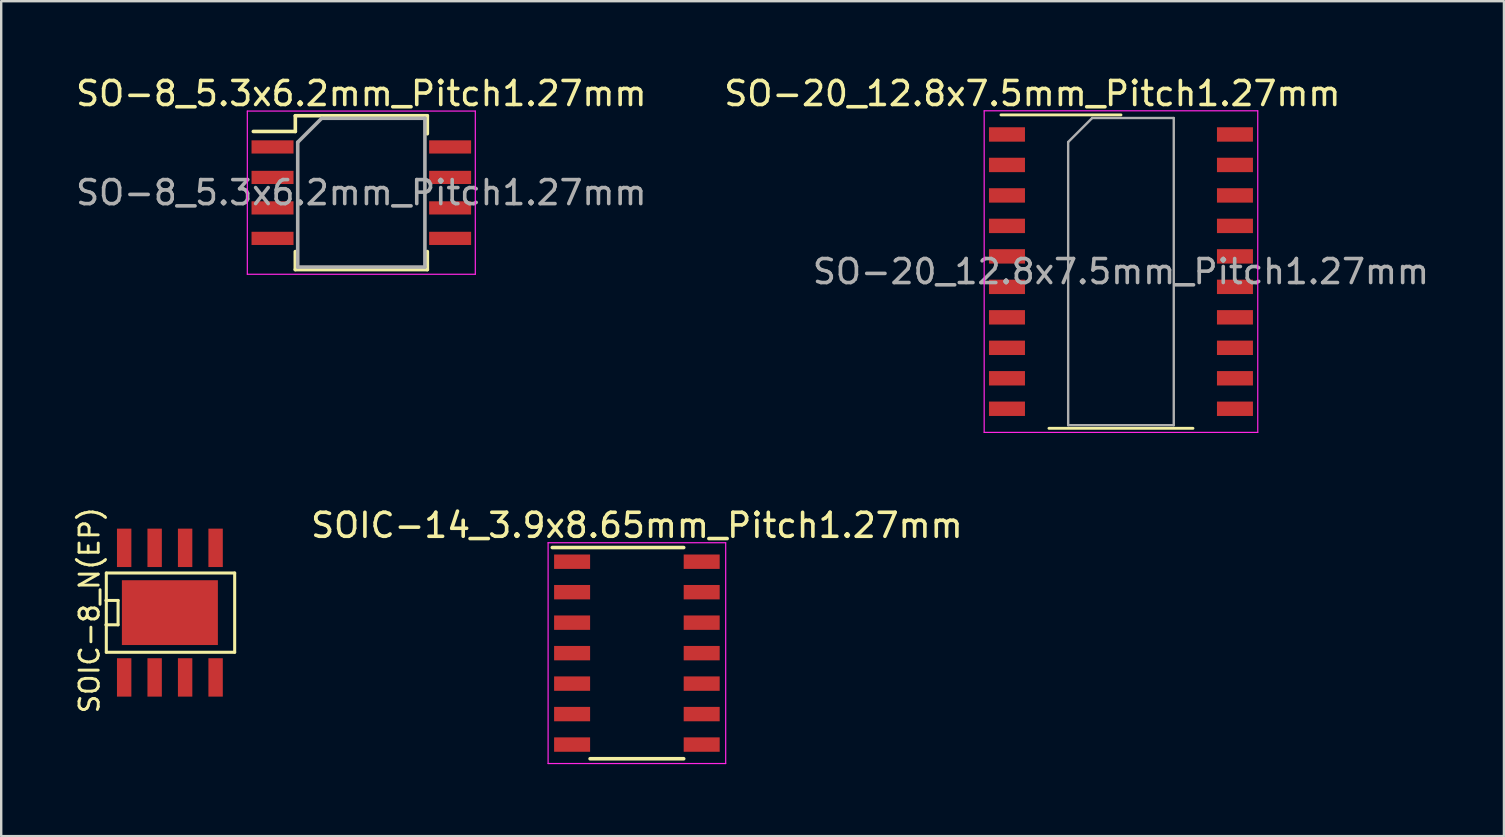
<source format=kicad_pcb>
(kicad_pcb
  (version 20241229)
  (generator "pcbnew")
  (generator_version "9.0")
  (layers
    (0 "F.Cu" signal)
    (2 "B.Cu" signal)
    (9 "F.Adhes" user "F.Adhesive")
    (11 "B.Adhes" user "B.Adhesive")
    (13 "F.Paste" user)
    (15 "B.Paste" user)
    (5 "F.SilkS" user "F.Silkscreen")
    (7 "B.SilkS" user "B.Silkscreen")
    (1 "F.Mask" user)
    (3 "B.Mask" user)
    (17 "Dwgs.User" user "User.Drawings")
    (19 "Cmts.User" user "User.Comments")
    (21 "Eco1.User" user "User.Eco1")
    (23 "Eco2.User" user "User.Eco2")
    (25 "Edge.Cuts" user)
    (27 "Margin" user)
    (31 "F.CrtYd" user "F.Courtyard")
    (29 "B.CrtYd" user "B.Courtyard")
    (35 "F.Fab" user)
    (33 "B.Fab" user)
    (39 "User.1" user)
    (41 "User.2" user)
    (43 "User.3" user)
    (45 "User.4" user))
  (footprint "SOIC-14_3.9x8.65mm_Pitch1.27mm"
    (layer "F.Cu")
    (at 23.489 24.166)
    (property "Reference" "SOIC-14_3.9x8.65mm_Pitch1.27mm" (at 0 -5.325 0) (layer "F.SilkS") (effects (font (size 1 1) (thickness 0.15))))
    (attr smd)
    (fp_line (start -3.525 -4.4) (end 1.95 -4.4) (stroke (width 0.15) (type solid)) (layer "F.SilkS"))
    (fp_line (start -1.95 4.4) (end 1.95 4.4) (stroke (width 0.15) (type solid)) (layer "F.SilkS"))
    (fp_line (start -3.7 -4.6) (end -3.7 4.6) (stroke (width 0.05) (type solid)) (layer "F.CrtYd"))
    (fp_line (start -3.7 -4.6) (end 3.7 -4.6) (stroke (width 0.05) (type solid)) (layer "F.CrtYd"))
    (fp_line (start -3.7 4.6) (end 3.7 4.6) (stroke (width 0.05) (type solid)) (layer "F.CrtYd"))
    (fp_line (start 3.7 -4.6) (end 3.7 4.6) (stroke (width 0.05) (type solid)) (layer "F.CrtYd"))
    (pad "1" smd rect (at -2.7 -3.81) (size 1.5 0.6) (layers "F.Cu" "F.Mask" "F.Paste"))
    (pad "2" smd rect (at -2.7 -2.54) (size 1.5 0.6) (layers "F.Cu" "F.Mask" "F.Paste"))
    (pad "3" smd rect (at -2.7 -1.27) (size 1.5 0.6) (layers "F.Cu" "F.Mask" "F.Paste"))
    (pad "4" smd rect (at -2.7 0) (size 1.5 0.6) (layers "F.Cu" "F.Mask" "F.Paste"))
    (pad "5" smd rect (at -2.7 1.27) (size 1.5 0.6) (layers "F.Cu" "F.Mask" "F.Paste"))
    (pad "6" smd rect (at -2.7 2.54) (size 1.5 0.6) (layers "F.Cu" "F.Mask" "F.Paste"))
    (pad "7" smd rect (at -2.7 3.81) (size 1.5 0.6) (layers "F.Cu" "F.Mask" "F.Paste"))
    (pad "8" smd rect (at 2.7 3.81) (size 1.5 0.6) (layers "F.Cu" "F.Mask" "F.Paste"))
    (pad "9" smd rect (at 2.7 2.54) (size 1.5 0.6) (layers "F.Cu" "F.Mask" "F.Paste"))
    (pad "10" smd rect (at 2.7 1.27) (size 1.5 0.6) (layers "F.Cu" "F.Mask" "F.Paste"))
    (pad "11" smd rect (at 2.7 0) (size 1.5 0.6) (layers "F.Cu" "F.Mask" "F.Paste"))
    (pad "12" smd rect (at 2.7 -1.27) (size 1.5 0.6) (layers "F.Cu" "F.Mask" "F.Paste"))
    (pad "13" smd rect (at 2.7 -2.54) (size 1.5 0.6) (layers "F.Cu" "F.Mask" "F.Paste"))
    (pad "14" smd rect (at 2.7 -3.81) (size 1.5 0.6) (layers "F.Cu" "F.Mask" "F.Paste")))
  (footprint "SO-8_5.3x6.2mm_Pitch1.27mm"
    (layer "F.Cu")
    (at 12.006 4.978)
    (property "Reference" "SO-8_5.3x6.2mm_Pitch1.27mm" (at 0 -4.13 0) (layer "F.SilkS") (effects (font (size 1 1) (thickness 0.15))))
    (attr smd)
    (fp_line (start -2.75 -3.205) (end -2.75 -2.55) (stroke (width 0.15) (type solid)) (layer "F.SilkS"))
    (fp_line (start -2.75 -3.205) (end 2.75 -3.205) (stroke (width 0.15) (type solid)) (layer "F.SilkS"))
    (fp_line (start -2.75 -2.55) (end -4.5 -2.55) (stroke (width 0.15) (type solid)) (layer "F.SilkS"))
    (fp_line (start -2.75 3.205) (end -2.75 2.455) (stroke (width 0.15) (type solid)) (layer "F.SilkS"))
    (fp_line (start -2.75 3.205) (end 2.75 3.205) (stroke (width 0.15) (type solid)) (layer "F.SilkS"))
    (fp_line (start 2.75 -3.205) (end 2.75 -2.455) (stroke (width 0.15) (type solid)) (layer "F.SilkS"))
    (fp_line (start 2.75 3.205) (end 2.75 2.455) (stroke (width 0.15) (type solid)) (layer "F.SilkS"))
    (fp_line (start -4.75 -3.4) (end -4.75 3.4) (stroke (width 0.05) (type solid)) (layer "F.CrtYd"))
    (fp_line (start -4.75 -3.4) (end 4.75 -3.4) (stroke (width 0.05) (type solid)) (layer "F.CrtYd"))
    (fp_line (start -4.75 3.4) (end 4.75 3.4) (stroke (width 0.05) (type solid)) (layer "F.CrtYd"))
    (fp_line (start 4.75 -3.4) (end 4.75 3.4) (stroke (width 0.05) (type solid)) (layer "F.CrtYd"))
    (fp_line (start -2.65 -2.1) (end -1.65 -3.1) (stroke (width 0.15) (type solid)) (layer "F.Fab"))
    (fp_line (start -2.65 3.1) (end -2.65 -2.1) (stroke (width 0.15) (type solid)) (layer "F.Fab"))
    (fp_line (start -1.65 -3.1) (end 2.65 -3.1) (stroke (width 0.15) (type solid)) (layer "F.Fab"))
    (fp_line (start 2.65 -3.1) (end 2.65 3.1) (stroke (width 0.15) (type solid)) (layer "F.Fab"))
    (fp_line (start 2.65 3.1) (end -2.65 3.1) (stroke (width 0.15) (type solid)) (layer "F.Fab"))
    (fp_text user "${REFERENCE}" (at 0 0 0) (layer "F.Fab") (effects (font (size 1 1) (thickness 0.15))))
    (pad "1" smd rect (at -3.7 -1.905) (size 1.75 0.55) (layers "F.Cu" "F.Mask" "F.Paste"))
    (pad "2" smd rect (at -3.7 -0.635) (size 1.75 0.55) (layers "F.Cu" "F.Mask" "F.Paste"))
    (pad "3" smd rect (at -3.7 0.635) (size 1.75 0.55) (layers "F.Cu" "F.Mask" "F.Paste"))
    (pad "4" smd rect (at -3.7 1.905) (size 1.75 0.55) (layers "F.Cu" "F.Mask" "F.Paste"))
    (pad "5" smd rect (at 3.7 1.905) (size 1.75 0.55) (layers "F.Cu" "F.Mask" "F.Paste"))
    (pad "6" smd rect (at 3.7 0.635) (size 1.75 0.55) (layers "F.Cu" "F.Mask" "F.Paste"))
    (pad "7" smd rect (at 3.7 -0.635) (size 1.75 0.55) (layers "F.Cu" "F.Mask" "F.Paste"))
    (pad "8" smd rect (at 3.7 -1.905) (size 1.75 0.55) (layers "F.Cu" "F.Mask" "F.Paste")))
  (footprint "SOIC-8_N(EP)"
    (layer "F.Cu")
    (at 4.029 22.478)
    (property "Reference" "SOIC-8_N(EP)" (at -3.35 -0.099 90) (layer "F.SilkS") (effects (font (size 0.8 0.8) (thickness 0.12))))
    (attr smd)
    (fp_line (start -2.667 -0.508) (end -2.159 -0.508) (stroke (width 0.127) (type solid)) (layer "F.SilkS"))
    (fp_line (start -2.649 -1.651) (end -2.649 1.651) (stroke (width 0.127) (type solid)) (layer "F.SilkS"))
    (fp_line (start -2.649 -1.651) (end 2.7 -1.651) (stroke (width 0.127) (type solid)) (layer "F.SilkS"))
    (fp_line (start -2.159 -0.508) (end -2.159 0.508) (stroke (width 0.127) (type solid)) (layer "F.SilkS"))
    (fp_line (start -2.159 0.508) (end -2.667 0.508) (stroke (width 0.127) (type solid)) (layer "F.SilkS"))
    (fp_line (start 2.7 -1.651) (end 2.7 1.651) (stroke (width 0.127) (type solid)) (layer "F.SilkS"))
    (fp_line (start 2.7 1.651) (end -2.649 1.651) (stroke (width 0.127) (type solid)) (layer "F.SilkS"))
    (pad "1" smd rect (at -1.905 2.7) (size 0.6 1.6) (layers "F.Cu" "F.Mask" "F.Paste"))
    (pad "2" smd rect (at -0.635 2.7) (size 0.6 1.6) (layers "F.Cu" "F.Mask" "F.Paste"))
    (pad "3" smd rect (at 0.635 2.7) (size 0.6 1.6) (layers "F.Cu" "F.Mask" "F.Paste"))
    (pad "4" smd rect (at 1.905 2.7) (size 0.6 1.6) (layers "F.Cu" "F.Mask" "F.Paste"))
    (pad "5" smd rect (at 1.905 -2.7) (size 0.6 1.6) (layers "F.Cu" "F.Mask" "F.Paste"))
    (pad "6" smd rect (at 0.635 -2.7) (size 0.6 1.6) (layers "F.Cu" "F.Mask" "F.Paste"))
    (pad "7" smd rect (at -0.635 -2.7) (size 0.6 1.6) (layers "F.Cu" "F.Mask" "F.Paste"))
    (pad "8" smd rect (at -1.905 -2.7) (size 0.6 1.6) (layers "F.Cu" "F.Mask" "F.Paste"))
    (pad "9" smd rect (at 0 0) (size 4 2.7) (layers "F.Cu" "F.Mask" "F.Paste")))
  (footprint "SO-20_12.8x7.5mm_Pitch1.27mm"
    (layer "F.Cu")
    (at 43.66 8.268)
    (property "Reference" "SO-20_12.8x7.5mm_Pitch1.27mm" (at -3.69 -7.42 0) (layer "F.SilkS") (effects (font (size 1 1) (thickness 0.15))))
    (attr through_hole)
    (fp_line (start -5 -6.53) (end 0 -6.53) (stroke (width 0.12) (type solid)) (layer "F.SilkS"))
    (fp_line (start -3 6.53) (end 3 6.53) (stroke (width 0.12) (type solid)) (layer "F.SilkS"))
    (fp_line (start -5.7 -6.7) (end 5.7 -6.7) (stroke (width 0.05) (type solid)) (layer "F.CrtYd"))
    (fp_line (start -5.7 6.7) (end -5.7 -6.7) (stroke (width 0.05) (type solid)) (layer "F.CrtYd"))
    (fp_line (start 5.7 -6.7) (end 5.7 6.7) (stroke (width 0.05) (type solid)) (layer "F.CrtYd"))
    (fp_line (start 5.7 6.7) (end -5.7 6.7) (stroke (width 0.05) (type solid)) (layer "F.CrtYd"))
    (fp_line (start -2.2 -5.4) (end -1.2 -6.4) (stroke (width 0.1) (type solid)) (layer "F.Fab"))
    (fp_line (start -2.2 6.4) (end -2.2 -5.4) (stroke (width 0.1) (type solid)) (layer "F.Fab"))
    (fp_line (start -1.2 -6.4) (end 2.2 -6.4) (stroke (width 0.1) (type solid)) (layer "F.Fab"))
    (fp_line (start 2.2 -6.4) (end 2.2 6.4) (stroke (width 0.1) (type solid)) (layer "F.Fab"))
    (fp_line (start 2.2 6.4) (end -2.2 6.4) (stroke (width 0.1) (type solid)) (layer "F.Fab"))
    (fp_text user "${REFERENCE}" (at 0 0 0) (layer "F.Fab") (effects (font (size 1 1) (thickness 0.15))))
    (pad "1" smd rect (at -4.75 -5.715) (size 1.5 0.6) (layers "F.Cu" "F.Mask" "F.Paste"))
    (pad "2" smd rect (at -4.75 -4.445) (size 1.5 0.6) (layers "F.Cu" "F.Mask" "F.Paste"))
    (pad "3" smd rect (at -4.75 -3.175) (size 1.5 0.6) (layers "F.Cu" "F.Mask" "F.Paste"))
    (pad "4" smd rect (at -4.75 -1.905) (size 1.5 0.6) (layers "F.Cu" "F.Mask" "F.Paste"))
    (pad "5" smd rect (at -4.75 -0.635) (size 1.5 0.6) (layers "F.Cu" "F.Mask" "F.Paste"))
    (pad "6" smd rect (at -4.75 0.635) (size 1.5 0.6) (layers "F.Cu" "F.Mask" "F.Paste"))
    (pad "7" smd rect (at -4.75 1.905) (size 1.5 0.6) (layers "F.Cu" "F.Mask" "F.Paste"))
    (pad "8" smd rect (at -4.75 3.175) (size 1.5 0.6) (layers "F.Cu" "F.Mask" "F.Paste"))
    (pad "9" smd rect (at -4.75 4.445) (size 1.5 0.6) (layers "F.Cu" "F.Mask" "F.Paste"))
    (pad "10" smd rect (at -4.75 5.715) (size 1.5 0.6) (layers "F.Cu" "F.Mask" "F.Paste"))
    (pad "11" smd rect (at 4.75 5.715) (size 1.5 0.6) (layers "F.Cu" "F.Mask" "F.Paste"))
    (pad "12" smd rect (at 4.75 4.445) (size 1.5 0.6) (layers "F.Cu" "F.Mask" "F.Paste"))
    (pad "13" smd rect (at 4.75 3.175) (size 1.5 0.6) (layers "F.Cu" "F.Mask" "F.Paste"))
    (pad "14" smd rect (at 4.75 1.905) (size 1.5 0.6) (layers "F.Cu" "F.Mask" "F.Paste"))
    (pad "15" smd rect (at 4.75 0.635) (size 1.5 0.6) (layers "F.Cu" "F.Mask" "F.Paste"))
    (pad "16" smd rect (at 4.75 -0.635) (size 1.5 0.6) (layers "F.Cu" "F.Mask" "F.Paste"))
    (pad "17" smd rect (at 4.75 -1.905) (size 1.5 0.6) (layers "F.Cu" "F.Mask" "F.Paste"))
    (pad "18" smd rect (at 4.75 -3.175) (size 1.5 0.6) (layers "F.Cu" "F.Mask" "F.Paste"))
    (pad "19" smd rect (at 4.75 -4.445) (size 1.5 0.6) (layers "F.Cu" "F.Mask" "F.Paste"))
    (pad "20" smd rect (at 4.75 -5.715) (size 1.5 0.6) (layers "F.Cu" "F.Mask" "F.Paste")))
  (gr_rect
    (start -3 -3)
    (end 59.619 31.791)
    (stroke (width 0.1) (type default))
    (fill no)
    (layer "Edge.Cuts")))
</source>
